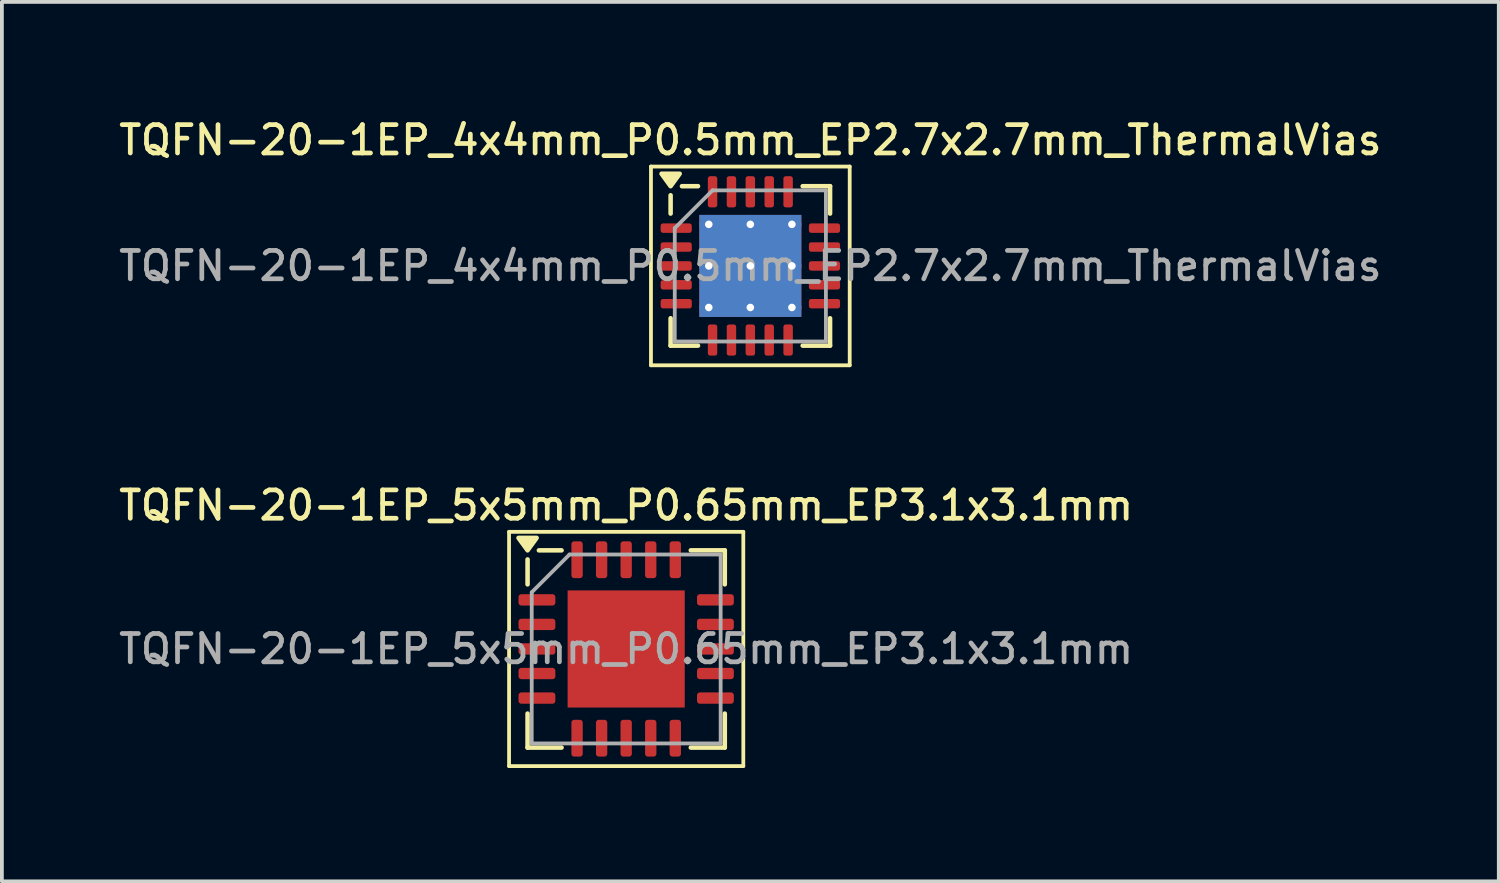
<source format=kicad_pcb>
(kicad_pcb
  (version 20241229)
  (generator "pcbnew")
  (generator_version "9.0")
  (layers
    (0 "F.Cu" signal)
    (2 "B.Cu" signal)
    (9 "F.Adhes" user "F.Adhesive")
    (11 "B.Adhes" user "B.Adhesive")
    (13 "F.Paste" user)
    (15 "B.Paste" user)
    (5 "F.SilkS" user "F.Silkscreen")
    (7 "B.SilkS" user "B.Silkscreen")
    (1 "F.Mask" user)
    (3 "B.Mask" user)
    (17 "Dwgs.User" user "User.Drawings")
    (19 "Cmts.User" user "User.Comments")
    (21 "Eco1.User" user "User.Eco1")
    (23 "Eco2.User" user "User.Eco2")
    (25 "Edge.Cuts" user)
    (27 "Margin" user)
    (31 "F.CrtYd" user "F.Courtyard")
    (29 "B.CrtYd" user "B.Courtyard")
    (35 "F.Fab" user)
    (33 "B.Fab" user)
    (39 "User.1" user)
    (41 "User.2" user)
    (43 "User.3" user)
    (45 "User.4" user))
  (footprint "TQFN-20-1EP_5x5mm_P0.65mm_EP3.1x3.1mm"
    (layer "F.Cu")
    (at 13.523 14.126)
    (property "Reference" "TQFN-20-1EP_5x5mm_P0.65mm_EP3.1x3.1mm" (at 0 -3.8 0) (layer "F.SilkS") (effects (font (size 0.75 0.75) (thickness 0.125))))
    (attr smd)
    (fp_line (start -3.1 -3.1) (end -3.1 3.1) (stroke (width 0.1) (type solid)) (layer "F.SilkS"))
    (fp_line (start -3.1 3.1) (end 3.1 3.1) (stroke (width 0.1) (type solid)) (layer "F.SilkS"))
    (fp_line (start -2.61 -1.71) (end -2.61 -2.37) (stroke (width 0.12) (type solid)) (layer "F.SilkS"))
    (fp_line (start -2.61 2.61) (end -2.61 1.71) (stroke (width 0.12) (type solid)) (layer "F.SilkS"))
    (fp_line (start -1.71 -2.61) (end -2.31 -2.61) (stroke (width 0.12) (type solid)) (layer "F.SilkS"))
    (fp_line (start -1.71 2.61) (end -2.61 2.61) (stroke (width 0.12) (type solid)) (layer "F.SilkS"))
    (fp_line (start 1.71 -2.61) (end 2.61 -2.61) (stroke (width 0.12) (type solid)) (layer "F.SilkS"))
    (fp_line (start 1.71 2.61) (end 2.61 2.61) (stroke (width 0.12) (type solid)) (layer "F.SilkS"))
    (fp_line (start 2.61 -2.61) (end 2.61 -1.71) (stroke (width 0.12) (type solid)) (layer "F.SilkS"))
    (fp_line (start 2.61 2.61) (end 2.61 1.71) (stroke (width 0.12) (type solid)) (layer "F.SilkS"))
    (fp_line (start 3.1 -3.1) (end -3.1 -3.1) (stroke (width 0.1) (type solid)) (layer "F.SilkS"))
    (fp_line (start 3.1 3.1) (end 3.1 -3.1) (stroke (width 0.1) (type solid)) (layer "F.SilkS"))
    (fp_poly (pts (xy -2.61 -2.61) (xy -2.85 -2.94) (xy -2.37 -2.94) (xy -2.61 -2.61)) (stroke (width 0.12) (type solid)) (fill yes) (layer "F.SilkS"))
    (fp_line (start -2.5 -1.5) (end -1.5 -2.5) (stroke (width 0.1) (type solid)) (layer "F.Fab"))
    (fp_line (start -2.5 2.5) (end -2.5 -1.5) (stroke (width 0.1) (type solid)) (layer "F.Fab"))
    (fp_line (start -1.5 -2.5) (end 2.5 -2.5) (stroke (width 0.1) (type solid)) (layer "F.Fab"))
    (fp_line (start 2.5 -2.5) (end 2.5 2.5) (stroke (width 0.1) (type solid)) (layer "F.Fab"))
    (fp_line (start 2.5 2.5) (end -2.5 2.5) (stroke (width 0.1) (type solid)) (layer "F.Fab"))
    (fp_text user "${REFERENCE}" (at 0 0 0) (layer "F.Fab") (effects (font (size 0.75 0.75) (thickness 0.125))))
    (pad "" smd roundrect (at -0.775 -0.775) (size 1.25 1.25) (layers "F.Paste") (roundrect_rratio 0.2))
    (pad "" smd roundrect (at -0.775 0.775) (size 1.25 1.25) (layers "F.Paste") (roundrect_rratio 0.2))
    (pad "" smd roundrect (at 0.775 -0.775) (size 1.25 1.25) (layers "F.Paste") (roundrect_rratio 0.2))
    (pad "" smd roundrect (at 0.775 0.775) (size 1.25 1.25) (layers "F.Paste") (roundrect_rratio 0.2))
    (pad "1" smd roundrect (at -2.362 -1.3) (size 0.975 0.3) (layers "F.Cu" "F.Mask" "F.Paste") (roundrect_rratio 0.25))
    (pad "2" smd roundrect (at -2.362 -0.65) (size 0.975 0.3) (layers "F.Cu" "F.Mask" "F.Paste") (roundrect_rratio 0.25))
    (pad "3" smd roundrect (at -2.362 0) (size 0.975 0.3) (layers "F.Cu" "F.Mask" "F.Paste") (roundrect_rratio 0.25))
    (pad "4" smd roundrect (at -2.362 0.65) (size 0.975 0.3) (layers "F.Cu" "F.Mask" "F.Paste") (roundrect_rratio 0.25))
    (pad "5" smd roundrect (at -2.362 1.3) (size 0.975 0.3) (layers "F.Cu" "F.Mask" "F.Paste") (roundrect_rratio 0.25))
    (pad "6" smd roundrect (at -1.3 2.362) (size 0.3 0.975) (layers "F.Cu" "F.Mask" "F.Paste") (roundrect_rratio 0.25))
    (pad "7" smd roundrect (at -0.65 2.362) (size 0.3 0.975) (layers "F.Cu" "F.Mask" "F.Paste") (roundrect_rratio 0.25))
    (pad "8" smd roundrect (at 0 2.362) (size 0.3 0.975) (layers "F.Cu" "F.Mask" "F.Paste") (roundrect_rratio 0.25))
    (pad "9" smd roundrect (at 0.65 2.362) (size 0.3 0.975) (layers "F.Cu" "F.Mask" "F.Paste") (roundrect_rratio 0.25))
    (pad "10" smd roundrect (at 1.3 2.362) (size 0.3 0.975) (layers "F.Cu" "F.Mask" "F.Paste") (roundrect_rratio 0.25))
    (pad "11" smd roundrect (at 2.362 1.3) (size 0.975 0.3) (layers "F.Cu" "F.Mask" "F.Paste") (roundrect_rratio 0.25))
    (pad "12" smd roundrect (at 2.362 0.65) (size 0.975 0.3) (layers "F.Cu" "F.Mask" "F.Paste") (roundrect_rratio 0.25))
    (pad "13" smd roundrect (at 2.362 0) (size 0.975 0.3) (layers "F.Cu" "F.Mask" "F.Paste") (roundrect_rratio 0.25))
    (pad "14" smd roundrect (at 2.362 -0.65) (size 0.975 0.3) (layers "F.Cu" "F.Mask" "F.Paste") (roundrect_rratio 0.25))
    (pad "15" smd roundrect (at 2.362 -1.3) (size 0.975 0.3) (layers "F.Cu" "F.Mask" "F.Paste") (roundrect_rratio 0.25))
    (pad "16" smd roundrect (at 1.3 -2.362) (size 0.3 0.975) (layers "F.Cu" "F.Mask" "F.Paste") (roundrect_rratio 0.25))
    (pad "17" smd roundrect (at 0.65 -2.362) (size 0.3 0.975) (layers "F.Cu" "F.Mask" "F.Paste") (roundrect_rratio 0.25))
    (pad "18" smd roundrect (at 0 -2.362) (size 0.3 0.975) (layers "F.Cu" "F.Mask" "F.Paste") (roundrect_rratio 0.25))
    (pad "19" smd roundrect (at -0.65 -2.362) (size 0.3 0.975) (layers "F.Cu" "F.Mask" "F.Paste") (roundrect_rratio 0.25))
    (pad "20" smd roundrect (at -1.3 -2.362) (size 0.3 0.975) (layers "F.Cu" "F.Mask" "F.Paste") (roundrect_rratio 0.25))
    (pad "21" smd rect (at 0 0) (size 3.1 3.1) (property pad_prop_heatsink) (layers "F.Cu" "F.Mask")))
  (footprint "TQFN-20-1EP_4x4mm_P0.5mm_EP2.7x2.7mm_ThermalVias"
    (layer "F.Cu")
    (at 16.809 3.988)
    (property "Reference" "TQFN-20-1EP_4x4mm_P0.5mm_EP2.7x2.7mm_ThermalVias" (at 0 -3.33 0) (layer "F.SilkS") (effects (font (size 0.75 0.75) (thickness 0.125))))
    (attr smd)
    (fp_line (start -2.63 -2.63) (end -2.63 2.63) (stroke (width 0.1) (type solid)) (layer "F.SilkS"))
    (fp_line (start -2.63 2.63) (end 2.63 2.63) (stroke (width 0.1) (type solid)) (layer "F.SilkS"))
    (fp_line (start -2.11 -1.385) (end -2.11 -1.87) (stroke (width 0.12) (type solid)) (layer "F.SilkS"))
    (fp_line (start -2.11 2.11) (end -2.11 1.385) (stroke (width 0.12) (type solid)) (layer "F.SilkS"))
    (fp_line (start -1.385 -2.11) (end -1.81 -2.11) (stroke (width 0.12) (type solid)) (layer "F.SilkS"))
    (fp_line (start -1.385 2.11) (end -2.11 2.11) (stroke (width 0.12) (type solid)) (layer "F.SilkS"))
    (fp_line (start 1.385 -2.11) (end 2.11 -2.11) (stroke (width 0.12) (type solid)) (layer "F.SilkS"))
    (fp_line (start 1.385 2.11) (end 2.11 2.11) (stroke (width 0.12) (type solid)) (layer "F.SilkS"))
    (fp_line (start 2.11 -2.11) (end 2.11 -1.385) (stroke (width 0.12) (type solid)) (layer "F.SilkS"))
    (fp_line (start 2.11 2.11) (end 2.11 1.385) (stroke (width 0.12) (type solid)) (layer "F.SilkS"))
    (fp_line (start 2.63 -2.63) (end -2.63 -2.63) (stroke (width 0.1) (type solid)) (layer "F.SilkS"))
    (fp_line (start 2.63 2.63) (end 2.63 -2.63) (stroke (width 0.1) (type solid)) (layer "F.SilkS"))
    (fp_poly (pts (xy -2.11 -2.11) (xy -2.35 -2.44) (xy -1.87 -2.44) (xy -2.11 -2.11)) (stroke (width 0.12) (type solid)) (fill yes) (layer "F.SilkS"))
    (fp_line (start -2 -1) (end -1 -2) (stroke (width 0.1) (type solid)) (layer "F.Fab"))
    (fp_line (start -2 2) (end -2 -1) (stroke (width 0.1) (type solid)) (layer "F.Fab"))
    (fp_line (start -1 -2) (end 2 -2) (stroke (width 0.1) (type solid)) (layer "F.Fab"))
    (fp_line (start 2 -2) (end 2 2) (stroke (width 0.1) (type solid)) (layer "F.Fab"))
    (fp_line (start 2 2) (end -2 2) (stroke (width 0.1) (type solid)) (layer "F.Fab"))
    (fp_text user "${REFERENCE}" (at 0 0 0) (layer "F.Fab") (effects (font (size 0.75 0.75) (thickness 0.125))))
    (pad "" smd roundrect (at -0.675 -0.675) (size 1.17 1.17) (layers "F.Paste") (roundrect_rratio 0.214))
    (pad "" smd roundrect (at -0.675 0.675) (size 1.17 1.17) (layers "F.Paste") (roundrect_rratio 0.214))
    (pad "" smd roundrect (at 0.675 -0.675) (size 1.17 1.17) (layers "F.Paste") (roundrect_rratio 0.214))
    (pad "" smd roundrect (at 0.675 0.675) (size 1.17 1.17) (layers "F.Paste") (roundrect_rratio 0.214))
    (pad "1" smd roundrect (at -1.962 -1) (size 0.825 0.25) (layers "F.Cu" "F.Mask" "F.Paste") (roundrect_rratio 0.25))
    (pad "2" smd roundrect (at -1.962 -0.5) (size 0.825 0.25) (layers "F.Cu" "F.Mask" "F.Paste") (roundrect_rratio 0.25))
    (pad "3" smd roundrect (at -1.962 0) (size 0.825 0.25) (layers "F.Cu" "F.Mask" "F.Paste") (roundrect_rratio 0.25))
    (pad "4" smd roundrect (at -1.962 0.5) (size 0.825 0.25) (layers "F.Cu" "F.Mask" "F.Paste") (roundrect_rratio 0.25))
    (pad "5" smd roundrect (at -1.962 1) (size 0.825 0.25) (layers "F.Cu" "F.Mask" "F.Paste") (roundrect_rratio 0.25))
    (pad "6" smd roundrect (at -1 1.962) (size 0.25 0.825) (layers "F.Cu" "F.Mask" "F.Paste") (roundrect_rratio 0.25))
    (pad "7" smd roundrect (at -0.5 1.962) (size 0.25 0.825) (layers "F.Cu" "F.Mask" "F.Paste") (roundrect_rratio 0.25))
    (pad "8" smd roundrect (at 0 1.962) (size 0.25 0.825) (layers "F.Cu" "F.Mask" "F.Paste") (roundrect_rratio 0.25))
    (pad "9" smd roundrect (at 0.5 1.962) (size 0.25 0.825) (layers "F.Cu" "F.Mask" "F.Paste") (roundrect_rratio 0.25))
    (pad "10" smd roundrect (at 1 1.962) (size 0.25 0.825) (layers "F.Cu" "F.Mask" "F.Paste") (roundrect_rratio 0.25))
    (pad "11" smd roundrect (at 1.962 1) (size 0.825 0.25) (layers "F.Cu" "F.Mask" "F.Paste") (roundrect_rratio 0.25))
    (pad "12" smd roundrect (at 1.962 0.5) (size 0.825 0.25) (layers "F.Cu" "F.Mask" "F.Paste") (roundrect_rratio 0.25))
    (pad "13" smd roundrect (at 1.962 0) (size 0.825 0.25) (layers "F.Cu" "F.Mask" "F.Paste") (roundrect_rratio 0.25))
    (pad "14" smd roundrect (at 1.962 -0.5) (size 0.825 0.25) (layers "F.Cu" "F.Mask" "F.Paste") (roundrect_rratio 0.25))
    (pad "15" smd roundrect (at 1.962 -1) (size 0.825 0.25) (layers "F.Cu" "F.Mask" "F.Paste") (roundrect_rratio 0.25))
    (pad "16" smd roundrect (at 1 -1.962) (size 0.25 0.825) (layers "F.Cu" "F.Mask" "F.Paste") (roundrect_rratio 0.25))
    (pad "17" smd roundrect (at 0.5 -1.962) (size 0.25 0.825) (layers "F.Cu" "F.Mask" "F.Paste") (roundrect_rratio 0.25))
    (pad "18" smd roundrect (at 0 -1.962) (size 0.25 0.825) (layers "F.Cu" "F.Mask" "F.Paste") (roundrect_rratio 0.25))
    (pad "19" smd roundrect (at -0.5 -1.962) (size 0.25 0.825) (layers "F.Cu" "F.Mask" "F.Paste") (roundrect_rratio 0.25))
    (pad "20" smd roundrect (at -1 -1.962) (size 0.25 0.825) (layers "F.Cu" "F.Mask" "F.Paste") (roundrect_rratio 0.25))
    (pad "21" thru_hole circle (at -1.1 -1.1) (size 0.5 0.5) (drill 0.2) (property pad_prop_heatsink) (layers "*.Cu"))
    (pad "21" thru_hole circle (at -1.1 0) (size 0.5 0.5) (drill 0.2) (property pad_prop_heatsink) (layers "*.Cu"))
    (pad "21" thru_hole circle (at -1.1 1.1) (size 0.5 0.5) (drill 0.2) (property pad_prop_heatsink) (layers "*.Cu"))
    (pad "21" thru_hole circle (at 0 -1.1) (size 0.5 0.5) (drill 0.2) (property pad_prop_heatsink) (layers "*.Cu"))
    (pad "21" thru_hole circle (at 0 0) (size 0.5 0.5) (drill 0.2) (property pad_prop_heatsink) (layers "*.Cu"))
    (pad "21" smd rect (at 0 0) (size 2.7 2.7) (property pad_prop_heatsink) (layers "F.Cu" "F.Mask"))
    (pad "21" smd rect (at 0 0) (size 2.7 2.7) (property pad_prop_heatsink) (layers "B.Cu"))
    (pad "21" thru_hole circle (at 0 1.1) (size 0.5 0.5) (drill 0.2) (property pad_prop_heatsink) (layers "*.Cu"))
    (pad "21" thru_hole circle (at 1.1 -1.1) (size 0.5 0.5) (drill 0.2) (property pad_prop_heatsink) (layers "*.Cu"))
    (pad "21" thru_hole circle (at 1.1 0) (size 0.5 0.5) (drill 0.2) (property pad_prop_heatsink) (layers "*.Cu"))
    (pad "21" thru_hole circle (at 1.1 1.1) (size 0.5 0.5) (drill 0.2) (property pad_prop_heatsink) (layers "*.Cu")))
  (gr_rect
    (start -3 -3)
    (end 36.618 20.276)
    (stroke (width 0.1) (type default))
    (fill no)
    (layer "Edge.Cuts")))
</source>
